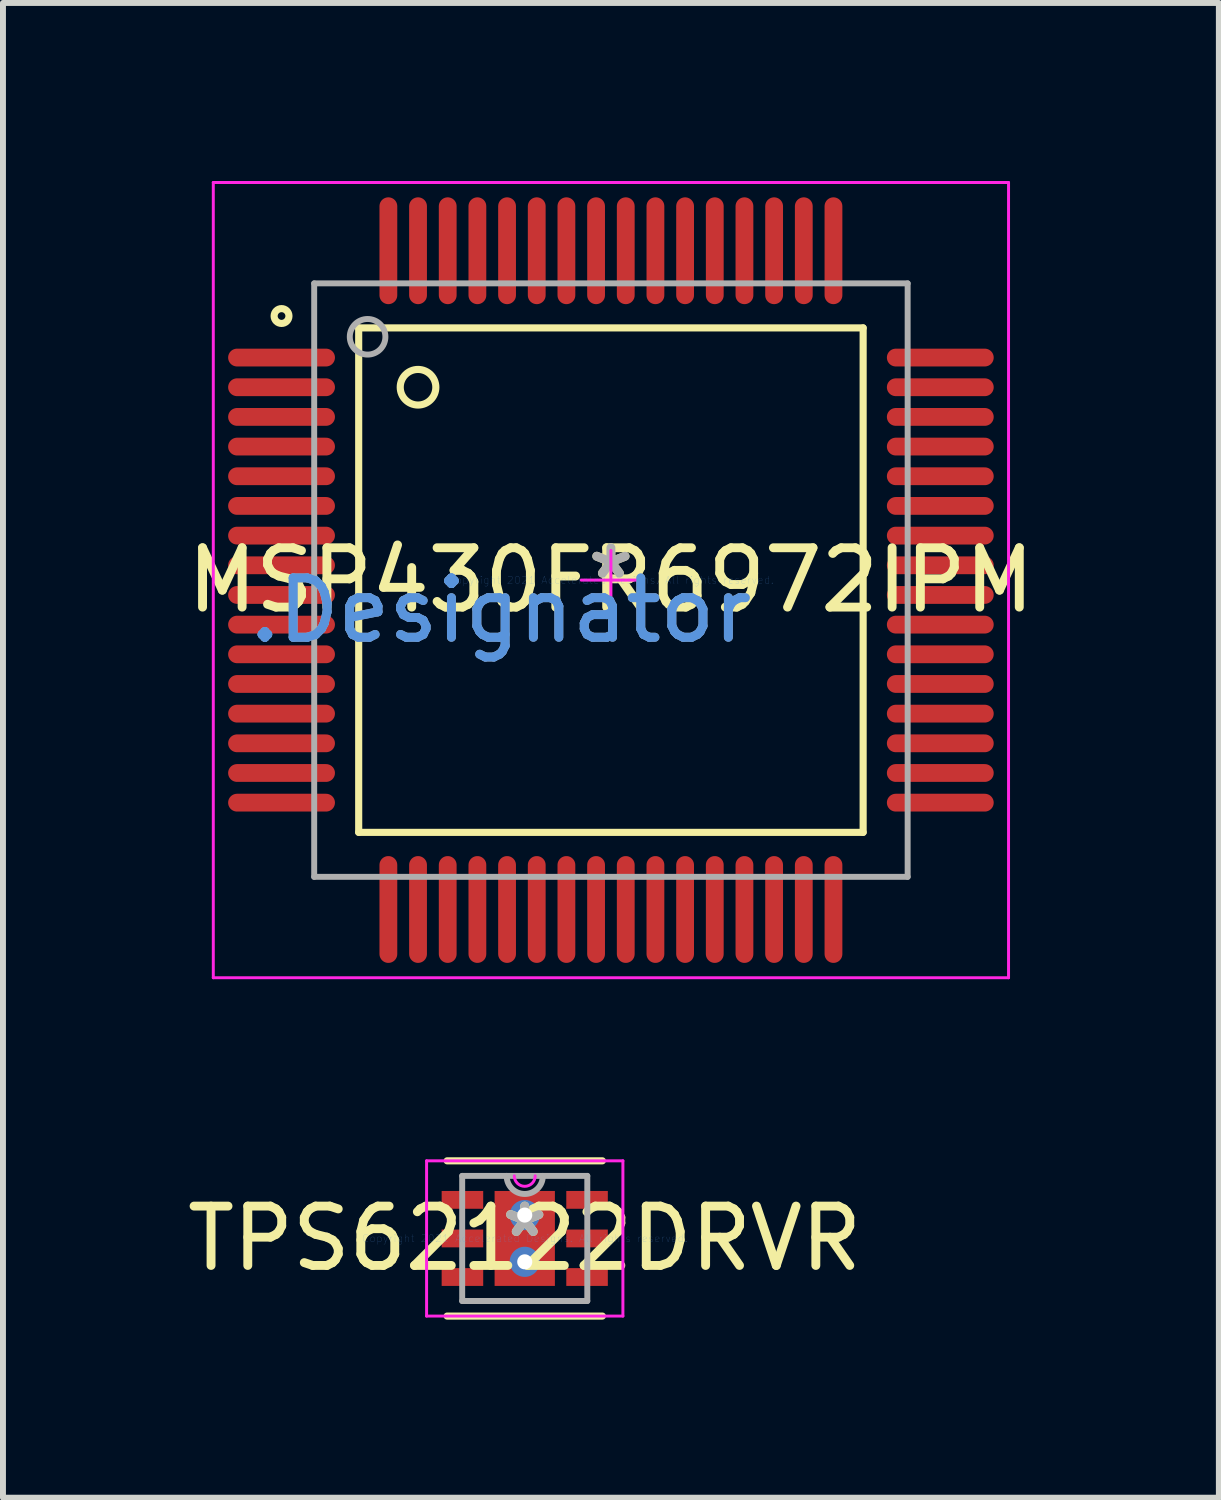
<source format=kicad_pcb>
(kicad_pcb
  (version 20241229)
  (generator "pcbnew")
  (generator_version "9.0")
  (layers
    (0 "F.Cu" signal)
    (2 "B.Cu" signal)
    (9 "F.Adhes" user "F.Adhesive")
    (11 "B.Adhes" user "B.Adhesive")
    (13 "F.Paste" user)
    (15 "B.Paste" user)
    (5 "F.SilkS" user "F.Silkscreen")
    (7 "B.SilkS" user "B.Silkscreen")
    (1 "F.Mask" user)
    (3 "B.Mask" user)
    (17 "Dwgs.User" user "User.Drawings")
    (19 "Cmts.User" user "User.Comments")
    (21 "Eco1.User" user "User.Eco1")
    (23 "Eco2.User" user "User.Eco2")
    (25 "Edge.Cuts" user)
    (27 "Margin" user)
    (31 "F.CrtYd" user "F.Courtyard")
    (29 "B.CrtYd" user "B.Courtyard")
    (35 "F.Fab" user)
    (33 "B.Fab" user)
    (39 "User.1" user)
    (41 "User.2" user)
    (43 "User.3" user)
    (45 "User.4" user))
  (footprint "TPS62122DRVR"
    (layer "F.Cu")
    (at 5.792 17.818)
    (property "Reference" "TPS62122DRVR" (at 0 0 0) (layer "F.SilkS") (effects (font (size 1 1) (thickness 0.15))))
    (attr through_hole)
    (fp_poly (pts (xy -1.47 -0.87) (xy -1.47 -0.43) (xy -0.63 -0.43) (xy -0.63 -0.87)) (stroke (width 0.1) (type solid)) (fill yes) (layer "F.Mask"))
    (fp_poly (pts (xy -1.47 -0.22) (xy -1.47 0.22) (xy -0.63 0.22) (xy -0.63 -0.22)) (stroke (width 0.1) (type solid)) (fill yes) (layer "F.Mask"))
    (fp_poly (pts (xy -1.47 0.43) (xy -1.47 0.87) (xy -0.63 0.87) (xy -0.63 0.43)) (stroke (width 0.1) (type solid)) (fill yes) (layer "F.Mask"))
    (fp_poly (pts (xy -0.572 -0.864) (xy -0.2 -0.864) (xy -0.2 0.864) (xy -0.572 0.864)) (stroke (width 0.1) (type solid)) (fill yes) (layer "F.Mask"))
    (fp_poly (pts (xy -0.572 -0.864) (xy 0.572 -0.864) (xy 0.572 -0.594) (xy -0.572 -0.594)) (stroke (width 0.1) (type solid)) (fill yes) (layer "F.Mask"))
    (fp_poly (pts (xy -0.572 -0.194) (xy 0.572 -0.194) (xy 0.572 0.194) (xy -0.572 0.194)) (stroke (width 0.1) (type solid)) (fill yes) (layer "F.Mask"))
    (fp_poly (pts (xy -0.572 0.594) (xy 0.572 0.594) (xy 0.572 0.864) (xy -0.572 0.864)) (stroke (width 0.1) (type solid)) (fill yes) (layer "F.Mask"))
    (fp_poly (pts (xy 0.2 -0.864) (xy 0.572 -0.864) (xy 0.572 0.864) (xy 0.2 0.864)) (stroke (width 0.1) (type solid)) (fill yes) (layer "F.Mask"))
    (fp_poly (pts (xy 0.63 -0.87) (xy 0.63 -0.43) (xy 1.47 -0.43) (xy 1.47 -0.87)) (stroke (width 0.1) (type solid)) (fill yes) (layer "F.Mask"))
    (fp_poly (pts (xy 0.63 -0.22) (xy 0.63 0.22) (xy 1.47 0.22) (xy 1.47 -0.22)) (stroke (width 0.1) (type solid)) (fill yes) (layer "F.Mask"))
    (fp_poly (pts (xy 0.63 0.43) (xy 0.63 0.87) (xy 1.47 0.87) (xy 1.47 0.43)) (stroke (width 0.1) (type solid)) (fill yes) (layer "F.Mask"))
    (fp_line (start -1.308 1.308) (end 1.308 1.308) (stroke (width 0.12) (type solid)) (layer "F.SilkS"))
    (fp_line (start 1.308 -1.308) (end -1.308 -1.308) (stroke (width 0.12) (type solid)) (layer "F.SilkS"))
    (fp_poly (pts (xy -1.375 -0.775) (xy -1.375 -0.525) (xy -0.725 -0.525) (xy -0.725 -0.775)) (stroke (width 0.1) (type solid)) (fill yes) (layer "F.Paste"))
    (fp_poly (pts (xy -1.375 -0.125) (xy -1.375 0.125) (xy -0.725 0.125) (xy -0.725 -0.125)) (stroke (width 0.1) (type solid)) (fill yes) (layer "F.Paste"))
    (fp_poly (pts (xy -1.375 0.525) (xy -1.375 0.775) (xy -0.725 0.775) (xy -0.725 0.525)) (stroke (width 0.1) (type solid)) (fill yes) (layer "F.Paste"))
    (fp_poly (pts (xy 0.725 -0.775) (xy 0.725 -0.525) (xy 1.375 -0.525) (xy 1.375 -0.775)) (stroke (width 0.1) (type solid)) (fill yes) (layer "F.Paste"))
    (fp_poly (pts (xy 0.725 -0.125) (xy 0.725 0.125) (xy 1.375 0.125) (xy 1.375 -0.125)) (stroke (width 0.1) (type solid)) (fill yes) (layer "F.Paste"))
    (fp_poly (pts (xy 0.725 0.525) (xy 0.725 0.775) (xy 1.375 0.775) (xy 1.375 0.525)) (stroke (width 0.1) (type solid)) (fill yes) (layer "F.Paste"))
    (fp_poly (pts (xy -0.433 -0.725) (xy -0.433 -0.494) (xy -0.241 -0.494) (xy -0.1 -0.635) (xy -0.1 -0.725)) (stroke (width 0.1) (type solid)) (fill yes) (layer "F.Paste"))
    (fp_poly (pts (xy -0.433 0.494) (xy -0.433 0.725) (xy -0.1 0.725) (xy -0.1 0.635) (xy -0.241 0.494)) (stroke (width 0.1) (type solid)) (fill yes) (layer "F.Paste"))
    (fp_poly (pts (xy 0.1 -0.725) (xy 0.1 -0.635) (xy 0.241 -0.494) (xy 0.433 -0.494) (xy 0.433 -0.725)) (stroke (width 0.1) (type solid)) (fill yes) (layer "F.Paste"))
    (fp_poly (pts (xy 0.241 0.494) (xy 0.1 0.635) (xy 0.1 0.725) (xy 0.433 0.725) (xy 0.433 0.494)) (stroke (width 0.1) (type solid)) (fill yes) (layer "F.Paste"))
    (fp_poly (pts (xy -0.433 -0.294) (xy -0.433 0.294) (xy -0.241 0.294) (xy -0.1 0.152) (xy -0.1 -0.152) (xy -0.241 -0.294)) (stroke (width 0.1) (type solid)) (fill yes) (layer "F.Paste"))
    (fp_poly (pts (xy 0.241 -0.294) (xy 0.1 -0.152) (xy 0.1 0.152) (xy 0.241 0.294) (xy 0.433 0.294) (xy 0.433 -0.294)) (stroke (width 0.1) (type solid)) (fill yes) (layer "F.Paste"))
    (fp_line (start -1.654 -1.308) (end 1.654 -1.308) (stroke (width 0.05) (type solid)) (layer "F.CrtYd"))
    (fp_line (start -1.654 1.308) (end -1.654 -1.308) (stroke (width 0.05) (type solid)) (layer "F.CrtYd"))
    (fp_line (start 1.654 -1.308) (end 1.654 1.308) (stroke (width 0.05) (type solid)) (layer "F.CrtYd"))
    (fp_line (start 1.654 1.308) (end -1.654 1.308) (stroke (width 0.05) (type solid)) (layer "F.CrtYd"))
    (fp_arc (start 0.175683 -1.0541) (mid 0 -0.878417) (end -0.175683 -1.0541) (stroke (width 0.05) (type solid)) (layer "F.CrtYd"))
    (fp_line (start -1.054 -1.054) (end -1.054 1.054) (stroke (width 0.1) (type solid)) (layer "F.Fab"))
    (fp_line (start -1.054 1.054) (end 1.054 1.054) (stroke (width 0.1) (type solid)) (layer "F.Fab"))
    (fp_line (start 1.054 -1.054) (end -1.054 -1.054) (stroke (width 0.1) (type solid)) (layer "F.Fab"))
    (fp_line (start 1.054 1.054) (end 1.054 -1.054) (stroke (width 0.1) (type solid)) (layer "F.Fab"))
    (fp_arc (start 0.3048 -1.0541) (mid 0 -0.7493) (end -0.3048 -1.0541) (stroke (width 0.1) (type solid)) (layer "F.Fab"))
    (fp_text user "*" (at 0 0 0) (layer "F.SilkS") (effects (font (size 1 1) (thickness 0.15))))
    (fp_text user "Copyright 2021 Accelerated Designs. All rights reserved." (at 0 0 0) (layer "Cmts.User") (effects (font (size 0.127 0.127) (thickness 0.002))))
    (fp_text user "*" (at 0 0 0) (layer "F.Fab") (effects (font (size 1 1) (thickness 0.15))))
    (pad "1" smd rect (at -1.05 -0.65) (size 0.7 0.3) (layers "F.Cu" "F.Mask" "F.Paste"))
    (pad "2" smd rect (at -1.05 0) (size 0.7 0.3) (layers "F.Cu" "F.Mask" "F.Paste"))
    (pad "3" smd rect (at -1.05 0.65) (size 0.7 0.3) (layers "F.Cu" "F.Mask" "F.Paste"))
    (pad "4" smd rect (at 1.05 0.65) (size 0.7 0.3) (layers "F.Cu" "F.Mask" "F.Paste"))
    (pad "5" smd rect (at 1.05 0) (size 0.7 0.3) (layers "F.Cu" "F.Mask" "F.Paste"))
    (pad "6" smd rect (at 1.05 -0.65) (size 0.7 0.3) (layers "F.Cu" "F.Mask" "F.Paste"))
    (pad "7" smd rect (at 0 0) (size 1.016 1.6) (layers "F.Cu" "F.Mask" "F.Paste"))
    (pad "V" thru_hole circle (at 0 -0.394) (size 0.508 0.508) (drill 0.254) (layers "*.Cu" "*.Mask"))
    (pad "V" thru_hole circle (at 0 0.394) (size 0.508 0.508) (drill 0.254) (layers "*.Cu" "*.Mask")))
  (footprint "MSP430FR6972IPM"
    (layer "F.Cu")
    (at 7.244 6.725)
    (property "Reference" "MSP430FR6972IPM" (at 0 0 0) (layer "F.SilkS") (effects (font (size 1 1) (thickness 0.15))))
    (attr through_hole)
    (fp_line (start -4.25 -4.25) (end 4.25 -4.25) (stroke (width 0.12) (type solid)) (layer "F.SilkS"))
    (fp_line (start -4.25 4.25) (end -4.25 -4.25) (stroke (width 0.12) (type solid)) (layer "F.SilkS"))
    (fp_line (start -4.25 4.25) (end 4.25 4.25) (stroke (width 0.12) (type solid)) (layer "F.SilkS"))
    (fp_line (start 4.25 4.25) (end 4.25 -4.25) (stroke (width 0.12) (type solid)) (layer "F.SilkS"))
    (fp_circle (center -5.55 -4.45) (end -5.425 -4.45) (stroke (width 0.12) (type solid)) (fill no) (layer "F.SilkS"))
    (fp_circle (center -3.25 -3.25) (end -2.95 -3.25) (stroke (width 0.12) (type solid)) (fill no) (layer "F.SilkS"))
    (fp_line (start -6.7 -6.7) (end 6.7 -6.7) (stroke (width 0.05) (type solid)) (layer "F.CrtYd"))
    (fp_line (start -6.7 6.7) (end -6.7 -6.7) (stroke (width 0.05) (type solid)) (layer "F.CrtYd"))
    (fp_line (start -6.7 6.7) (end 6.7 6.7) (stroke (width 0.05) (type solid)) (layer "F.CrtYd"))
    (fp_line (start -0.5 -0.000003) (end 0.5 -0.000003) (stroke (width 0.05) (type solid)) (layer "F.CrtYd"))
    (fp_line (start 0 0.5) (end 0 -0.5) (stroke (width 0.05) (type solid)) (layer "F.CrtYd"))
    (fp_line (start 6.7 6.7) (end 6.7 -6.7) (stroke (width 0.05) (type solid)) (layer "F.CrtYd"))
    (fp_line (start -5 -5) (end 5 -5) (stroke (width 0.1) (type solid)) (layer "F.Fab"))
    (fp_line (start -5 5) (end -5 -5) (stroke (width 0.1) (type solid)) (layer "F.Fab"))
    (fp_line (start -5 5) (end 5 5) (stroke (width 0.1) (type solid)) (layer "F.Fab"))
    (fp_line (start 5 5) (end 5 -5) (stroke (width 0.1) (type solid)) (layer "F.Fab"))
    (fp_circle (center -4.1 -4.1) (end -3.8 -4.1) (stroke (width 0.1) (type solid)) (fill no) (layer "F.Fab"))
    (fp_text user "*" (at 0 0 0) (layer "F.SilkS") (effects (font (size 1 1) (thickness 0.15))))
    (fp_text user "Copyright 2021 Accelerated Designs. All rights reserved." (at 0 0 0) (layer "Cmts.User") (effects (font (size 0.127 0.127) (thickness 0.002))))
    (fp_text user ".Designator" (at -1.854 0.508 0) (layer "Cmts.User") (effects (font (size 1 1) (thickness 0.15))))
    (fp_text user ".Designator" (at -1.854 0.508 0) (layer "F.Fab") (effects (font (size 1 1) (thickness 0.15))))
    (fp_text user "*" (at 0 0 0) (layer "F.Fab") (effects (font (size 1 1) (thickness 0.15))))
    (pad "1" smd oval (at -5.55 -3.75 90) (size 0.3 1.8) (layers "F.Cu" "F.Mask" "F.Paste"))
    (pad "2" smd oval (at -5.55 -3.25 90) (size 0.3 1.8) (layers "F.Cu" "F.Mask" "F.Paste"))
    (pad "3" smd oval (at -5.55 -2.75 90) (size 0.3 1.8) (layers "F.Cu" "F.Mask" "F.Paste"))
    (pad "4" smd oval (at -5.55 -2.25 90) (size 0.3 1.8) (layers "F.Cu" "F.Mask" "F.Paste"))
    (pad "5" smd oval (at -5.55 -1.75 90) (size 0.3 1.8) (layers "F.Cu" "F.Mask" "F.Paste"))
    (pad "6" smd oval (at -5.55 -1.25 90) (size 0.3 1.8) (layers "F.Cu" "F.Mask" "F.Paste"))
    (pad "7" smd oval (at -5.55 -0.75 90) (size 0.3 1.8) (layers "F.Cu" "F.Mask" "F.Paste"))
    (pad "8" smd oval (at -5.55 -0.25 90) (size 0.3 1.8) (layers "F.Cu" "F.Mask" "F.Paste"))
    (pad "9" smd oval (at -5.55 0.25 90) (size 0.3 1.8) (layers "F.Cu" "F.Mask" "F.Paste"))
    (pad "10" smd oval (at -5.55 0.75 90) (size 0.3 1.8) (layers "F.Cu" "F.Mask" "F.Paste"))
    (pad "11" smd oval (at -5.55 1.25 90) (size 0.3 1.8) (layers "F.Cu" "F.Mask" "F.Paste"))
    (pad "12" smd oval (at -5.55 1.75 90) (size 0.3 1.8) (layers "F.Cu" "F.Mask" "F.Paste"))
    (pad "13" smd oval (at -5.55 2.25 90) (size 0.3 1.8) (layers "F.Cu" "F.Mask" "F.Paste"))
    (pad "14" smd oval (at -5.55 2.75 90) (size 0.3 1.8) (layers "F.Cu" "F.Mask" "F.Paste"))
    (pad "15" smd oval (at -5.55 3.25 90) (size 0.3 1.8) (layers "F.Cu" "F.Mask" "F.Paste"))
    (pad "16" smd oval (at -5.55 3.75 90) (size 0.3 1.8) (layers "F.Cu" "F.Mask" "F.Paste"))
    (pad "17" smd oval (at -3.75 5.55) (size 0.3 1.8) (layers "F.Cu" "F.Mask" "F.Paste"))
    (pad "18" smd oval (at -3.25 5.55) (size 0.3 1.8) (layers "F.Cu" "F.Mask" "F.Paste"))
    (pad "19" smd oval (at -2.75 5.55) (size 0.3 1.8) (layers "F.Cu" "F.Mask" "F.Paste"))
    (pad "20" smd oval (at -2.25 5.55) (size 0.3 1.8) (layers "F.Cu" "F.Mask" "F.Paste"))
    (pad "21" smd oval (at -1.75 5.55) (size 0.3 1.8) (layers "F.Cu" "F.Mask" "F.Paste"))
    (pad "22" smd oval (at -1.25 5.55) (size 0.3 1.8) (layers "F.Cu" "F.Mask" "F.Paste"))
    (pad "23" smd oval (at -0.75 5.55) (size 0.3 1.8) (layers "F.Cu" "F.Mask" "F.Paste"))
    (pad "24" smd oval (at -0.25 5.55) (size 0.3 1.8) (layers "F.Cu" "F.Mask" "F.Paste"))
    (pad "25" smd oval (at 0.25 5.55) (size 0.3 1.8) (layers "F.Cu" "F.Mask" "F.Paste"))
    (pad "26" smd oval (at 0.75 5.55) (size 0.3 1.8) (layers "F.Cu" "F.Mask" "F.Paste"))
    (pad "27" smd oval (at 1.25 5.55) (size 0.3 1.8) (layers "F.Cu" "F.Mask" "F.Paste"))
    (pad "28" smd oval (at 1.75 5.55) (size 0.3 1.8) (layers "F.Cu" "F.Mask" "F.Paste"))
    (pad "29" smd oval (at 2.25 5.55) (size 0.3 1.8) (layers "F.Cu" "F.Mask" "F.Paste"))
    (pad "30" smd oval (at 2.75 5.55) (size 0.3 1.8) (layers "F.Cu" "F.Mask" "F.Paste"))
    (pad "31" smd oval (at 3.25 5.55) (size 0.3 1.8) (layers "F.Cu" "F.Mask" "F.Paste"))
    (pad "32" smd oval (at 3.75 5.55) (size 0.3 1.8) (layers "F.Cu" "F.Mask" "F.Paste"))
    (pad "33" smd oval (at 5.55 3.75 90) (size 0.3 1.8) (layers "F.Cu" "F.Mask" "F.Paste"))
    (pad "34" smd oval (at 5.55 3.25 90) (size 0.3 1.8) (layers "F.Cu" "F.Mask" "F.Paste"))
    (pad "35" smd oval (at 5.55 2.75 90) (size 0.3 1.8) (layers "F.Cu" "F.Mask" "F.Paste"))
    (pad "36" smd oval (at 5.55 2.25 90) (size 0.3 1.8) (layers "F.Cu" "F.Mask" "F.Paste"))
    (pad "37" smd oval (at 5.55 1.75 90) (size 0.3 1.8) (layers "F.Cu" "F.Mask" "F.Paste"))
    (pad "38" smd oval (at 5.55 1.25 90) (size 0.3 1.8) (layers "F.Cu" "F.Mask" "F.Paste"))
    (pad "39" smd oval (at 5.55 0.75 90) (size 0.3 1.8) (layers "F.Cu" "F.Mask" "F.Paste"))
    (pad "40" smd oval (at 5.55 0.25 90) (size 0.3 1.8) (layers "F.Cu" "F.Mask" "F.Paste"))
    (pad "41" smd oval (at 5.55 -0.25 90) (size 0.3 1.8) (layers "F.Cu" "F.Mask" "F.Paste"))
    (pad "42" smd oval (at 5.55 -0.75 90) (size 0.3 1.8) (layers "F.Cu" "F.Mask" "F.Paste"))
    (pad "43" smd oval (at 5.55 -1.25 90) (size 0.3 1.8) (layers "F.Cu" "F.Mask" "F.Paste"))
    (pad "44" smd oval (at 5.55 -1.75 90) (size 0.3 1.8) (layers "F.Cu" "F.Mask" "F.Paste"))
    (pad "45" smd oval (at 5.55 -2.25 90) (size 0.3 1.8) (layers "F.Cu" "F.Mask" "F.Paste"))
    (pad "46" smd oval (at 5.55 -2.75 90) (size 0.3 1.8) (layers "F.Cu" "F.Mask" "F.Paste"))
    (pad "47" smd oval (at 5.55 -3.25 90) (size 0.3 1.8) (layers "F.Cu" "F.Mask" "F.Paste"))
    (pad "48" smd oval (at 5.55 -3.75 90) (size 0.3 1.8) (layers "F.Cu" "F.Mask" "F.Paste"))
    (pad "49" smd oval (at 3.75 -5.55) (size 0.3 1.8) (layers "F.Cu" "F.Mask" "F.Paste"))
    (pad "50" smd oval (at 3.25 -5.55) (size 0.3 1.8) (layers "F.Cu" "F.Mask" "F.Paste"))
    (pad "51" smd oval (at 2.75 -5.55) (size 0.3 1.8) (layers "F.Cu" "F.Mask" "F.Paste"))
    (pad "52" smd oval (at 2.25 -5.55) (size 0.3 1.8) (layers "F.Cu" "F.Mask" "F.Paste"))
    (pad "53" smd oval (at 1.75 -5.55) (size 0.3 1.8) (layers "F.Cu" "F.Mask" "F.Paste"))
    (pad "54" smd oval (at 1.25 -5.55) (size 0.3 1.8) (layers "F.Cu" "F.Mask" "F.Paste"))
    (pad "55" smd oval (at 0.75 -5.55) (size 0.3 1.8) (layers "F.Cu" "F.Mask" "F.Paste"))
    (pad "56" smd oval (at 0.25 -5.55) (size 0.3 1.8) (layers "F.Cu" "F.Mask" "F.Paste"))
    (pad "57" smd oval (at -0.25 -5.55) (size 0.3 1.8) (layers "F.Cu" "F.Mask" "F.Paste"))
    (pad "58" smd oval (at -0.75 -5.55) (size 0.3 1.8) (layers "F.Cu" "F.Mask" "F.Paste"))
    (pad "59" smd oval (at -1.25 -5.55) (size 0.3 1.8) (layers "F.Cu" "F.Mask" "F.Paste"))
    (pad "60" smd oval (at -1.75 -5.55) (size 0.3 1.8) (layers "F.Cu" "F.Mask" "F.Paste"))
    (pad "61" smd oval (at -2.25 -5.55) (size 0.3 1.8) (layers "F.Cu" "F.Mask" "F.Paste"))
    (pad "62" smd oval (at -2.75 -5.55) (size 0.3 1.8) (layers "F.Cu" "F.Mask" "F.Paste"))
    (pad "63" smd oval (at -3.25 -5.55) (size 0.3 1.8) (layers "F.Cu" "F.Mask" "F.Paste"))
    (pad "64" smd oval (at -3.75 -5.55) (size 0.3 1.8) (layers "F.Cu" "F.Mask" "F.Paste")))
  (gr_rect
    (start -3 -3)
    (end 17.488 22.186)
    (stroke (width 0.1) (type default))
    (fill no)
    (layer "Edge.Cuts")))
</source>
